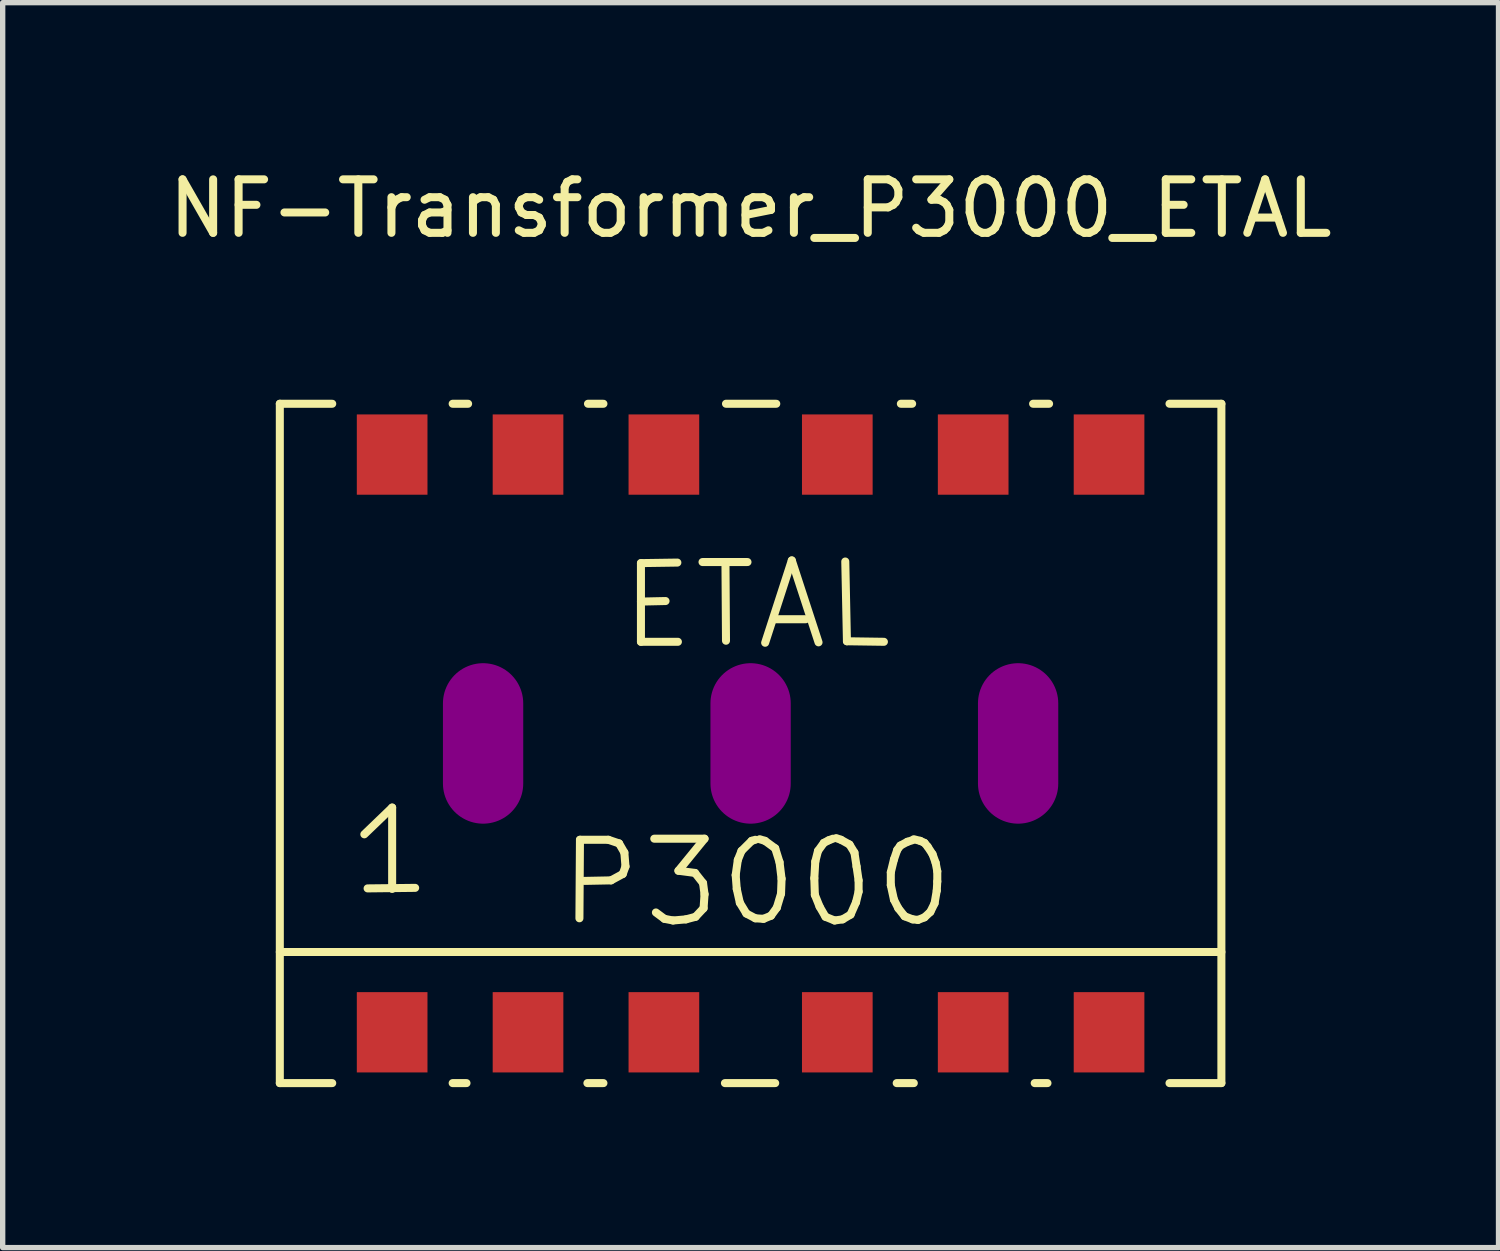
<source format=kicad_pcb>
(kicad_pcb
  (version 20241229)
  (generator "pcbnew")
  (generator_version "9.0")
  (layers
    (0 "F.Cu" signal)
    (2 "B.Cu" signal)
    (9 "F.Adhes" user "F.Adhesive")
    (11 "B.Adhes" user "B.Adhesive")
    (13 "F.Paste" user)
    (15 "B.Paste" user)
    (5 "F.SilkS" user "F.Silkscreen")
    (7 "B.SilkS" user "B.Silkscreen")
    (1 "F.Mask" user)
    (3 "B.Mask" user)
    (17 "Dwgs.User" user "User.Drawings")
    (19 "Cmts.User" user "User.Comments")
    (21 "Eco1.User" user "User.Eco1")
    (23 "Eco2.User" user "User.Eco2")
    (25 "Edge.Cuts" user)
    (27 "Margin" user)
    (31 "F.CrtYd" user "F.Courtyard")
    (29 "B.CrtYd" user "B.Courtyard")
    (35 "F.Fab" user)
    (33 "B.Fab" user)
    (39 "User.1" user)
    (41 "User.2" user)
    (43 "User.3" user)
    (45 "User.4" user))
  (footprint "NF-Transformer_P3000_ETAL"
    (layer "F.Cu")
    (at 10.982 10.848)
    (property "Reference" "NF-Transformer_P3000_ETAL" (at 0 -10 0) (layer "F.SilkS") (effects (font (size 1 1) (thickness 0.15))))
    (attr smd)
    (fp_line (start -8.801 -6.35) (end -7.821 -6.35) (stroke (width 0.15) (type solid)) (layer "F.SilkS"))
    (fp_line (start -8.801 6.35) (end -8.801 -6.35) (stroke (width 0.15) (type solid)) (layer "F.SilkS"))
    (fp_line (start -7.821 6.35) (end -8.801 6.35) (stroke (width 0.15) (type solid)) (layer "F.SilkS"))
    (fp_line (start -7.221 1.699) (end -6.701 1.199) (stroke (width 0.15) (type solid)) (layer "F.SilkS"))
    (fp_line (start -7.16 2.71) (end -6.271 2.7) (stroke (width 0.15) (type solid)) (layer "F.SilkS"))
    (fp_line (start -6.701 1.199) (end -6.701 2.72) (stroke (width 0.15) (type solid)) (layer "F.SilkS"))
    (fp_line (start -5.57 -6.35) (end -5.281 -6.35) (stroke (width 0.15) (type solid)) (layer "F.SilkS"))
    (fp_line (start -5.311 6.35) (end -5.57 6.35) (stroke (width 0.15) (type solid)) (layer "F.SilkS"))
    (fp_line (start -3.2 3.269) (end -3.19 1.801) (stroke (width 0.15) (type solid)) (layer "F.SilkS"))
    (fp_line (start -3.19 1.801) (end -2.659 1.801) (stroke (width 0.15) (type solid)) (layer "F.SilkS"))
    (fp_line (start -3.04 -6.35) (end -2.751 -6.35) (stroke (width 0.15) (type solid)) (layer "F.SilkS"))
    (fp_line (start -2.751 6.35) (end -3.051 6.35) (stroke (width 0.15) (type solid)) (layer "F.SilkS"))
    (fp_line (start -2.659 1.801) (end -2.459 1.869) (stroke (width 0.15) (type solid)) (layer "F.SilkS"))
    (fp_line (start -2.609 2.56) (end -3.109 2.57) (stroke (width 0.15) (type solid)) (layer "F.SilkS"))
    (fp_line (start -2.459 1.869) (end -2.36 2.04) (stroke (width 0.15) (type solid)) (layer "F.SilkS"))
    (fp_line (start -2.39 2.441) (end -2.609 2.56) (stroke (width 0.15) (type solid)) (layer "F.SilkS"))
    (fp_line (start -2.36 2.04) (end -2.339 2.301) (stroke (width 0.15) (type solid)) (layer "F.SilkS"))
    (fp_line (start -2.339 2.301) (end -2.39 2.441) (stroke (width 0.15) (type solid)) (layer "F.SilkS"))
    (fp_line (start -2.05 -3.371) (end -2.05 -1.9) (stroke (width 0.15) (type solid)) (layer "F.SilkS"))
    (fp_line (start -2.05 -2.652) (end -1.59 -2.662) (stroke (width 0.15) (type solid)) (layer "F.SilkS"))
    (fp_line (start -2.05 -1.9) (end -1.359 -1.9) (stroke (width 0.15) (type solid)) (layer "F.SilkS"))
    (fp_line (start -1.801 1.781) (end -0.861 1.781) (stroke (width 0.15) (type solid)) (layer "F.SilkS"))
    (fp_line (start -1.61 3.279) (end -1.77 3.16) (stroke (width 0.15) (type solid)) (layer "F.SilkS"))
    (fp_line (start -1.45 3.31) (end -1.61 3.279) (stroke (width 0.15) (type solid)) (layer "F.SilkS"))
    (fp_line (start -1.369 -3.381) (end -2.05 -3.371) (stroke (width 0.15) (type solid)) (layer "F.SilkS"))
    (fp_line (start -1.349 2.38) (end -1.039 2.421) (stroke (width 0.15) (type solid)) (layer "F.SilkS"))
    (fp_line (start -1.209 3.289) (end -1.45 3.31) (stroke (width 0.15) (type solid)) (layer "F.SilkS"))
    (fp_line (start -1.039 2.421) (end -0.889 2.611) (stroke (width 0.15) (type solid)) (layer "F.SilkS"))
    (fp_line (start -1.029 3.241) (end -1.209 3.289) (stroke (width 0.15) (type solid)) (layer "F.SilkS"))
    (fp_line (start -0.899 -3.391) (end -0.058 -3.391) (stroke (width 0.15) (type solid)) (layer "F.SilkS"))
    (fp_line (start -0.889 2.611) (end -0.861 2.819) (stroke (width 0.15) (type solid)) (layer "F.SilkS"))
    (fp_line (start -0.879 3.081) (end -1.029 3.241) (stroke (width 0.15) (type solid)) (layer "F.SilkS"))
    (fp_line (start -0.861 1.781) (end -1.349 2.38) (stroke (width 0.15) (type solid)) (layer "F.SilkS"))
    (fp_line (start -0.861 2.819) (end -0.879 3.081) (stroke (width 0.15) (type solid)) (layer "F.SilkS"))
    (fp_line (start -0.47 -3.381) (end -0.46 -1.92) (stroke (width 0.15) (type solid)) (layer "F.SilkS"))
    (fp_line (start -0.46 -6.35) (end 0.48 -6.35) (stroke (width 0.15) (type solid)) (layer "F.SilkS"))
    (fp_line (start -0.279 2.461) (end -0.239 2.179) (stroke (width 0.15) (type solid)) (layer "F.SilkS"))
    (fp_line (start -0.259 2.72) (end -0.279 2.461) (stroke (width 0.15) (type solid)) (layer "F.SilkS"))
    (fp_line (start -0.239 2.179) (end -0.17 2.009) (stroke (width 0.15) (type solid)) (layer "F.SilkS"))
    (fp_line (start -0.201 2.979) (end -0.259 2.72) (stroke (width 0.15) (type solid)) (layer "F.SilkS"))
    (fp_line (start -0.17 2.009) (end 0.02 1.821) (stroke (width 0.15) (type solid)) (layer "F.SilkS"))
    (fp_line (start -0.079 3.18) (end -0.201 2.979) (stroke (width 0.15) (type solid)) (layer "F.SilkS"))
    (fp_line (start 0.02 1.821) (end 0.089 1.801) (stroke (width 0.15) (type solid)) (layer "F.SilkS"))
    (fp_line (start 0.089 3.269) (end -0.079 3.18) (stroke (width 0.15) (type solid)) (layer "F.SilkS"))
    (fp_line (start 0.17 1.791) (end 0.269 1.821) (stroke (width 0.15) (type solid)) (layer "F.SilkS"))
    (fp_line (start 0.241 3.279) (end 0.089 3.269) (stroke (width 0.15) (type solid)) (layer "F.SilkS"))
    (fp_line (start 0.269 1.821) (end 0.46 1.961) (stroke (width 0.15) (type solid)) (layer "F.SilkS"))
    (fp_line (start 0.272 -1.882) (end 0.77 -3.421) (stroke (width 0.15) (type solid)) (layer "F.SilkS"))
    (fp_line (start 0.381 3.221) (end 0.241 3.279) (stroke (width 0.15) (type solid)) (layer "F.SilkS"))
    (fp_line (start 0.442 -2.322) (end 1.031 -2.322) (stroke (width 0.15) (type solid)) (layer "F.SilkS"))
    (fp_line (start 0.46 1.961) (end 0.541 2.22) (stroke (width 0.15) (type solid)) (layer "F.SilkS"))
    (fp_line (start 0.46 6.35) (end -0.48 6.35) (stroke (width 0.15) (type solid)) (layer "F.SilkS"))
    (fp_line (start 0.49 3.071) (end 0.381 3.221) (stroke (width 0.15) (type solid)) (layer "F.SilkS"))
    (fp_line (start 0.541 2.22) (end 0.579 2.53) (stroke (width 0.15) (type solid)) (layer "F.SilkS"))
    (fp_line (start 0.569 2.809) (end 0.49 3.071) (stroke (width 0.15) (type solid)) (layer "F.SilkS"))
    (fp_line (start 0.579 2.53) (end 0.569 2.809) (stroke (width 0.15) (type solid)) (layer "F.SilkS"))
    (fp_line (start 0.77 -3.421) (end 1.27 -1.89) (stroke (width 0.15) (type solid)) (layer "F.SilkS"))
    (fp_line (start 1.191 2.52) (end 1.209 2.21) (stroke (width 0.15) (type solid)) (layer "F.SilkS"))
    (fp_line (start 1.201 2.83) (end 1.191 2.52) (stroke (width 0.15) (type solid)) (layer "F.SilkS"))
    (fp_line (start 1.209 2.21) (end 1.26 2.009) (stroke (width 0.15) (type solid)) (layer "F.SilkS"))
    (fp_line (start 1.26 2.009) (end 1.369 1.859) (stroke (width 0.15) (type solid)) (layer "F.SilkS"))
    (fp_line (start 1.29 3.051) (end 1.201 2.83) (stroke (width 0.15) (type solid)) (layer "F.SilkS"))
    (fp_line (start 1.369 1.859) (end 1.46 1.811) (stroke (width 0.15) (type solid)) (layer "F.SilkS"))
    (fp_line (start 1.4 3.241) (end 1.29 3.051) (stroke (width 0.15) (type solid)) (layer "F.SilkS"))
    (fp_line (start 1.46 1.811) (end 1.539 1.781) (stroke (width 0.15) (type solid)) (layer "F.SilkS"))
    (fp_line (start 1.57 3.31) (end 1.4 3.241) (stroke (width 0.15) (type solid)) (layer "F.SilkS"))
    (fp_line (start 1.6 1.77) (end 1.689 1.801) (stroke (width 0.15) (type solid)) (layer "F.SilkS"))
    (fp_line (start 1.689 1.801) (end 1.849 1.89) (stroke (width 0.15) (type solid)) (layer "F.SilkS"))
    (fp_line (start 1.72 3.289) (end 1.57 3.31) (stroke (width 0.15) (type solid)) (layer "F.SilkS"))
    (fp_line (start 1.77 -3.401) (end 1.801 -1.91) (stroke (width 0.15) (type solid)) (layer "F.SilkS"))
    (fp_line (start 1.801 -1.91) (end 2.492 -1.9) (stroke (width 0.15) (type solid)) (layer "F.SilkS"))
    (fp_line (start 1.849 1.89) (end 1.941 2.04) (stroke (width 0.15) (type solid)) (layer "F.SilkS"))
    (fp_line (start 1.869 3.2) (end 1.72 3.289) (stroke (width 0.15) (type solid)) (layer "F.SilkS"))
    (fp_line (start 1.941 2.04) (end 1.981 2.301) (stroke (width 0.15) (type solid)) (layer "F.SilkS"))
    (fp_line (start 1.971 2.969) (end 1.869 3.2) (stroke (width 0.15) (type solid)) (layer "F.SilkS"))
    (fp_line (start 1.981 2.301) (end 2.019 2.56) (stroke (width 0.15) (type solid)) (layer "F.SilkS"))
    (fp_line (start 2.019 2.56) (end 2.019 2.771) (stroke (width 0.15) (type solid)) (layer "F.SilkS"))
    (fp_line (start 2.019 2.771) (end 1.971 2.969) (stroke (width 0.15) (type solid)) (layer "F.SilkS"))
    (fp_line (start 2.621 2.41) (end 2.68 2.169) (stroke (width 0.15) (type solid)) (layer "F.SilkS"))
    (fp_line (start 2.621 2.649) (end 2.621 2.41) (stroke (width 0.15) (type solid)) (layer "F.SilkS"))
    (fp_line (start 2.68 2.169) (end 2.741 1.991) (stroke (width 0.15) (type solid)) (layer "F.SilkS"))
    (fp_line (start 2.68 2.921) (end 2.621 2.649) (stroke (width 0.15) (type solid)) (layer "F.SilkS"))
    (fp_line (start 2.741 1.991) (end 2.799 1.91) (stroke (width 0.15) (type solid)) (layer "F.SilkS"))
    (fp_line (start 2.761 3.081) (end 2.68 2.921) (stroke (width 0.15) (type solid)) (layer "F.SilkS"))
    (fp_line (start 2.799 1.91) (end 2.931 1.839) (stroke (width 0.15) (type solid)) (layer "F.SilkS"))
    (fp_line (start 2.809 -6.35) (end 3.02 -6.35) (stroke (width 0.15) (type solid)) (layer "F.SilkS"))
    (fp_line (start 2.88 3.231) (end 2.761 3.081) (stroke (width 0.15) (type solid)) (layer "F.SilkS"))
    (fp_line (start 2.931 1.839) (end 3.02 1.811) (stroke (width 0.15) (type solid)) (layer "F.SilkS"))
    (fp_line (start 3.03 3.289) (end 2.88 3.231) (stroke (width 0.15) (type solid)) (layer "F.SilkS"))
    (fp_line (start 3.051 1.791) (end 3.17 1.821) (stroke (width 0.15) (type solid)) (layer "F.SilkS"))
    (fp_line (start 3.051 6.35) (end 2.731 6.35) (stroke (width 0.15) (type solid)) (layer "F.SilkS"))
    (fp_line (start 3.129 3.299) (end 3.03 3.289) (stroke (width 0.15) (type solid)) (layer "F.SilkS"))
    (fp_line (start 3.17 1.821) (end 3.251 1.859) (stroke (width 0.15) (type solid)) (layer "F.SilkS"))
    (fp_line (start 3.251 1.859) (end 3.31 1.93) (stroke (width 0.15) (type solid)) (layer "F.SilkS"))
    (fp_line (start 3.251 3.251) (end 3.129 3.299) (stroke (width 0.15) (type solid)) (layer "F.SilkS"))
    (fp_line (start 3.31 1.93) (end 3.401 2.07) (stroke (width 0.15) (type solid)) (layer "F.SilkS"))
    (fp_line (start 3.36 3.15) (end 3.251 3.251) (stroke (width 0.15) (type solid)) (layer "F.SilkS"))
    (fp_line (start 3.401 2.07) (end 3.459 2.23) (stroke (width 0.15) (type solid)) (layer "F.SilkS"))
    (fp_line (start 3.439 2.99) (end 3.36 3.15) (stroke (width 0.15) (type solid)) (layer "F.SilkS"))
    (fp_line (start 3.459 2.23) (end 3.49 2.39) (stroke (width 0.15) (type solid)) (layer "F.SilkS"))
    (fp_line (start 3.48 2.751) (end 3.439 2.99) (stroke (width 0.15) (type solid)) (layer "F.SilkS"))
    (fp_line (start 3.49 2.39) (end 3.49 2.581) (stroke (width 0.15) (type solid)) (layer "F.SilkS"))
    (fp_line (start 3.49 2.581) (end 3.48 2.751) (stroke (width 0.15) (type solid)) (layer "F.SilkS"))
    (fp_line (start 5.281 -6.35) (end 5.58 -6.35) (stroke (width 0.15) (type solid)) (layer "F.SilkS"))
    (fp_line (start 5.55 6.35) (end 5.311 6.35) (stroke (width 0.15) (type solid)) (layer "F.SilkS"))
    (fp_line (start 8.801 -6.35) (end 7.831 -6.35) (stroke (width 0.15) (type solid)) (layer "F.SilkS"))
    (fp_line (start 8.801 -6.35) (end 8.801 6.35) (stroke (width 0.15) (type solid)) (layer "F.SilkS"))
    (fp_line (start 8.801 3.899) (end -8.801 3.899) (stroke (width 0.15) (type solid)) (layer "F.SilkS"))
    (fp_line (start 8.801 6.35) (end 7.831 6.35) (stroke (width 0.15) (type solid)) (layer "F.SilkS"))
    (pad "" smd oval (at -5.001 0) (size 1.501 3) (layers "F.Adhes"))
    (pad "" smd oval (at 0 0) (size 1.501 3) (layers "F.Adhes"))
    (pad "" smd oval (at 5.001 0) (size 1.501 3) (layers "F.Adhes"))
    (pad "1" smd rect (at -6.701 5.4) (size 1.321 1.501) (layers "F.Cu" "F.Mask" "F.Paste"))
    (pad "2" smd rect (at -4.161 5.4) (size 1.321 1.501) (layers "F.Cu" "F.Mask" "F.Paste"))
    (pad "3" smd rect (at -1.621 5.4) (size 1.321 1.501) (layers "F.Cu" "F.Mask" "F.Paste"))
    (pad "4" smd rect (at 1.621 5.4) (size 1.321 1.501) (layers "F.Cu" "F.Mask" "F.Paste"))
    (pad "5" smd rect (at 4.161 5.4) (size 1.321 1.501) (layers "F.Cu" "F.Mask" "F.Paste"))
    (pad "6" smd rect (at 6.701 5.4) (size 1.321 1.501) (layers "F.Cu" "F.Mask" "F.Paste"))
    (pad "7" smd rect (at 6.701 -5.4) (size 1.321 1.501) (layers "F.Cu" "F.Mask" "F.Paste"))
    (pad "8" smd rect (at 4.161 -5.4) (size 1.321 1.501) (layers "F.Cu" "F.Mask" "F.Paste"))
    (pad "9" smd rect (at 1.621 -5.4) (size 1.321 1.501) (layers "F.Cu" "F.Mask" "F.Paste"))
    (pad "10" smd rect (at -1.621 -5.4) (size 1.321 1.501) (layers "F.Cu" "F.Mask" "F.Paste"))
    (pad "11" smd rect (at -4.161 -5.4) (size 1.321 1.501) (layers "F.Cu" "F.Mask" "F.Paste"))
    (pad "12" smd rect (at -6.701 -5.4) (size 1.321 1.501) (layers "F.Cu" "F.Mask" "F.Paste")))
  (gr_rect
    (start -3 -3)
    (end 24.964 20.273)
    (stroke (width 0.1) (type default))
    (fill no)
    (layer "Edge.Cuts")))
</source>
